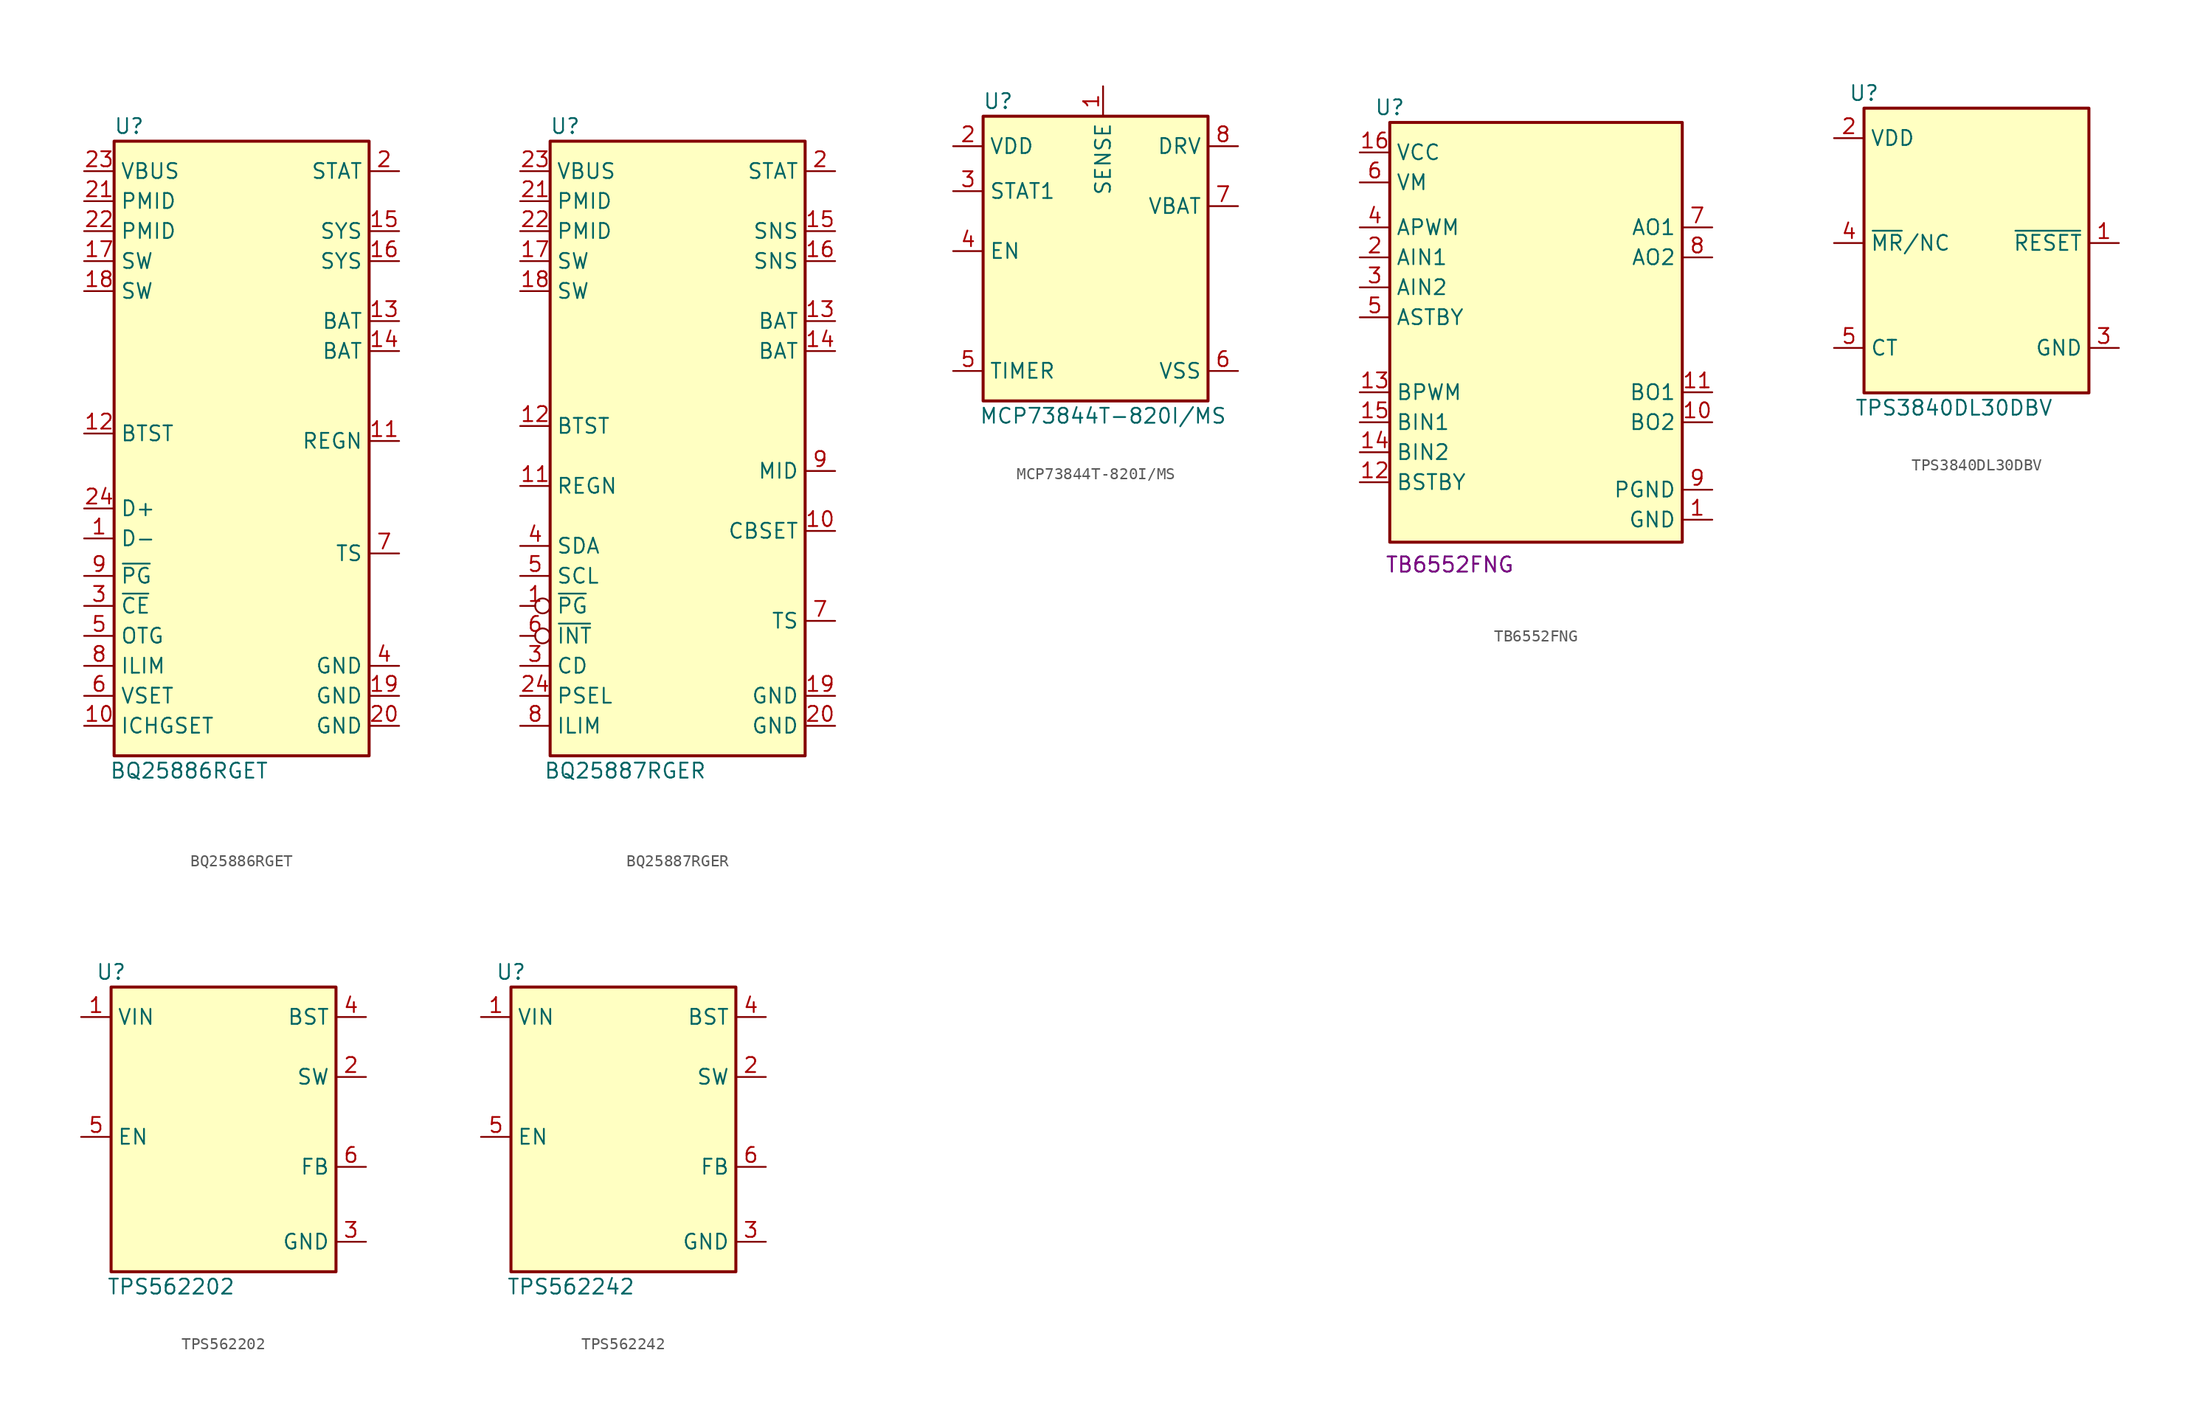
<source format=kicad_sym>
(kicad_symbol_lib
  (version 20220914)
  (generator kicad_symbol_editor)
  (symbol "BQ25886RGET"
    (property "Reference" "U"
      (at 1.27 1.27 0)
      (effects (font (size 1.27 1.27))))
    (property "Value" "BQ25886RGET"
      (at 6.35 -53.34 0)
      (effects (font (size 1.27 1.27))))
    (symbol "BQ25886RGET_1_1"
      (rectangle (start 0 0) (end 21.59 -52.07) (stroke (width 0.254) (type default)) (fill (type background)))
      (pin passive line (at -2.54 -33.655 0) (length 2.54) (name "D-" (effects (font (size 1.27 1.27)))) (number "1" (effects (font (size 1.27 1.27)))))
      (pin passive line (at -2.54 -49.53 0) (length 2.54) (name "ICHGSET" (effects (font (size 1.27 1.27)))) (number "10" (effects (font (size 1.27 1.27)))))
      (pin passive line (at 24.13 -25.4 180) (length 2.54) (name "REGN" (effects (font (size 1.27 1.27)))) (number "11" (effects (font (size 1.27 1.27)))))
      (pin passive line (at -2.54 -24.765 0) (length 2.54) (name "BTST" (effects (font (size 1.27 1.27)))) (number "12" (effects (font (size 1.27 1.27)))))
      (pin passive line (at 24.13 -15.24 180) (length 2.54) (name "BAT" (effects (font (size 1.27 1.27)))) (number "13" (effects (font (size 1.27 1.27)))))
      (pin passive line (at 24.13 -17.78 180) (length 2.54) (name "BAT" (effects (font (size 1.27 1.27)))) (number "14" (effects (font (size 1.27 1.27)))))
      (pin passive line (at 24.13 -7.62 180) (length 2.54) (name "SYS" (effects (font (size 1.27 1.27)))) (number "15" (effects (font (size 1.27 1.27)))))
      (pin passive line (at 24.13 -10.16 180) (length 2.54) (name "SYS" (effects (font (size 1.27 1.27)))) (number "16" (effects (font (size 1.27 1.27)))))
      (pin passive line (at -2.54 -10.16 0) (length 2.54) (name "SW" (effects (font (size 1.27 1.27)))) (number "17" (effects (font (size 1.27 1.27)))))
      (pin passive line (at -2.54 -12.7 0) (length 2.54) (name "SW" (effects (font (size 1.27 1.27)))) (number "18" (effects (font (size 1.27 1.27)))))
      (pin passive line (at 24.13 -46.99 180) (length 2.54) (name "GND" (effects (font (size 1.27 1.27)))) (number "19" (effects (font (size 1.27 1.27)))))
      (pin passive line (at 24.13 -2.54 180) (length 2.54) (name "STAT" (effects (font (size 1.27 1.27)))) (number "2" (effects (font (size 1.27 1.27)))))
      (pin passive line (at 24.13 -49.53 180) (length 2.54) (name "GND" (effects (font (size 1.27 1.27)))) (number "20" (effects (font (size 1.27 1.27)))))
      (pin passive line (at -2.54 -5.08 0) (length 2.54) (name "PMID" (effects (font (size 1.27 1.27)))) (number "21" (effects (font (size 1.27 1.27)))))
      (pin passive line (at -2.54 -7.62 0) (length 2.54) (name "PMID" (effects (font (size 1.27 1.27)))) (number "22" (effects (font (size 1.27 1.27)))))
      (pin power_in line (at -2.54 -2.54 0) (length 2.54) (name "VBUS" (effects (font (size 1.27 1.27)))) (number "23" (effects (font (size 1.27 1.27)))))
      (pin passive line (at -2.54 -31.115 0) (length 2.54) (name "D+" (effects (font (size 1.27 1.27)))) (number "24" (effects (font (size 1.27 1.27)))))
      (pin passive line (at -2.54 -39.37 0) (length 2.54) (name "~{CE}" (effects (font (size 1.27 1.27)))) (number "3" (effects (font (size 1.27 1.27)))))
      (pin passive line (at 24.13 -44.45 180) (length 2.54) (name "GND" (effects (font (size 1.27 1.27)))) (number "4" (effects (font (size 1.27 1.27)))))
      (pin passive line (at -2.54 -41.91 0) (length 2.54) (name "OTG" (effects (font (size 1.27 1.27)))) (number "5" (effects (font (size 1.27 1.27)))))
      (pin passive line (at -2.54 -46.99 0) (length 2.54) (name "VSET" (effects (font (size 1.27 1.27)))) (number "6" (effects (font (size 1.27 1.27)))))
      (pin passive line (at 24.13 -34.925 180) (length 2.54) (name "TS" (effects (font (size 1.27 1.27)))) (number "7" (effects (font (size 1.27 1.27)))))
      (pin passive line (at -2.54 -44.45 0) (length 2.54) (name "ILIM" (effects (font (size 1.27 1.27)))) (number "8" (effects (font (size 1.27 1.27)))))
      (pin passive line (at -2.54 -36.83 0) (length 2.54) (name "~{PG}" (effects (font (size 1.27 1.27)))) (number "9" (effects (font (size 1.27 1.27)))))))
  (symbol "BQ25887RGER"
    (property "Reference" "U"
      (at 1.27 1.27 0)
      (effects (font (size 1.27 1.27))))
    (property "Value" "BQ25887RGER"
      (at 6.35 -53.34 0)
      (effects (font (size 1.27 1.27))))
    (symbol "BQ25887RGER_1_1"
      (rectangle (start 0 0) (end 21.59 -52.07) (stroke (width 0.254) (type default)) (fill (type background)))
      (pin output inverted (at -2.54 -39.37 0) (length 2.54) (name "~{PG}" (effects (font (size 1.27 1.27)))) (number "1" (effects (font (size 1.27 1.27)))))
      (pin passive line (at 24.13 -33.02 180) (length 2.54) (name "CBSET" (effects (font (size 1.27 1.27)))) (number "10" (effects (font (size 1.27 1.27)))))
      (pin passive line (at -2.54 -29.21 0) (length 2.54) (name "REGN" (effects (font (size 1.27 1.27)))) (number "11" (effects (font (size 1.27 1.27)))))
      (pin passive line (at -2.54 -24.13 0) (length 2.54) (name "BTST" (effects (font (size 1.27 1.27)))) (number "12" (effects (font (size 1.27 1.27)))))
      (pin passive line (at 24.13 -15.24 180) (length 2.54) (name "BAT" (effects (font (size 1.27 1.27)))) (number "13" (effects (font (size 1.27 1.27)))))
      (pin passive line (at 24.13 -17.78 180) (length 2.54) (name "BAT" (effects (font (size 1.27 1.27)))) (number "14" (effects (font (size 1.27 1.27)))))
      (pin output line (at 24.13 -7.62 180) (length 2.54) (name "SNS" (effects (font (size 1.27 1.27)))) (number "15" (effects (font (size 1.27 1.27)))))
      (pin output line (at 24.13 -10.16 180) (length 2.54) (name "SNS" (effects (font (size 1.27 1.27)))) (number "16" (effects (font (size 1.27 1.27)))))
      (pin passive line (at -2.54 -10.16 0) (length 2.54) (name "SW" (effects (font (size 1.27 1.27)))) (number "17" (effects (font (size 1.27 1.27)))))
      (pin passive line (at -2.54 -12.7 0) (length 2.54) (name "SW" (effects (font (size 1.27 1.27)))) (number "18" (effects (font (size 1.27 1.27)))))
      (pin passive line (at 24.13 -46.99 180) (length 2.54) (name "GND" (effects (font (size 1.27 1.27)))) (number "19" (effects (font (size 1.27 1.27)))))
      (pin output line (at 24.13 -2.54 180) (length 2.54) (name "STAT" (effects (font (size 1.27 1.27)))) (number "2" (effects (font (size 1.27 1.27)))))
      (pin passive line (at 24.13 -49.53 180) (length 2.54) (name "GND" (effects (font (size 1.27 1.27)))) (number "20" (effects (font (size 1.27 1.27)))))
      (pin passive line (at -2.54 -5.08 0) (length 2.54) (name "PMID" (effects (font (size 1.27 1.27)))) (number "21" (effects (font (size 1.27 1.27)))))
      (pin passive line (at -2.54 -7.62 0) (length 2.54) (name "PMID" (effects (font (size 1.27 1.27)))) (number "22" (effects (font (size 1.27 1.27)))))
      (pin power_in line (at -2.54 -2.54 0) (length 2.54) (name "VBUS" (effects (font (size 1.27 1.27)))) (number "23" (effects (font (size 1.27 1.27)))))
      (pin input line (at -2.54 -46.99 0) (length 2.54) (name "PSEL" (effects (font (size 1.27 1.27)))) (number "24" (effects (font (size 1.27 1.27)))))
      (pin input line (at -2.54 -44.45 0) (length 2.54) (name "CD" (effects (font (size 1.27 1.27)))) (number "3" (effects (font (size 1.27 1.27)))))
      (pin bidirectional line (at -2.54 -34.29 0) (length 2.54) (name "SDA" (effects (font (size 1.27 1.27)))) (number "4" (effects (font (size 1.27 1.27)))))
      (pin input line (at -2.54 -36.83 0) (length 2.54) (name "SCL" (effects (font (size 1.27 1.27)))) (number "5" (effects (font (size 1.27 1.27)))))
      (pin output inverted (at -2.54 -41.91 0) (length 2.54) (name "~{INT}" (effects (font (size 1.27 1.27)))) (number "6" (effects (font (size 1.27 1.27)))))
      (pin input line (at 24.13 -40.64 180) (length 2.54) (name "TS" (effects (font (size 1.27 1.27)))) (number "7" (effects (font (size 1.27 1.27)))))
      (pin input line (at -2.54 -49.53 0) (length 2.54) (name "ILIM" (effects (font (size 1.27 1.27)))) (number "8" (effects (font (size 1.27 1.27)))))
      (pin input line (at 24.13 -27.94 180) (length 2.54) (name "MID" (effects (font (size 1.27 1.27)))) (number "9" (effects (font (size 1.27 1.27)))))))
  (symbol "MCP73844T-820I/MS"
    (property "Reference" "U"
      (at 1.27 1.27 0)
      (effects (font (size 1.27 1.27))))
    (property "Value" "MCP73844T-820I/MS"
      (at 10.16 -25.4 0)
      (effects (font (size 1.27 1.27))))
    (symbol "MCP73844T-820I/MS_1_1"
      (rectangle (start 0 0) (end 19.05 -24.13) (stroke (width 0.254) (type default)) (fill (type background)))
      (pin passive line (at 10.16 2.54 270) (length 2.54) (name "SENSE" (effects (font (size 1.27 1.27)))) (number "1" (effects (font (size 1.27 1.27)))))
      (pin passive line (at -2.54 -2.54 0) (length 2.54) (name "VDD" (effects (font (size 1.27 1.27)))) (number "2" (effects (font (size 1.27 1.27)))))
      (pin passive line (at -2.54 -6.35 0) (length 2.54) (name "STAT1" (effects (font (size 1.27 1.27)))) (number "3" (effects (font (size 1.27 1.27)))))
      (pin passive line (at -2.54 -11.43 0) (length 2.54) (name "EN" (effects (font (size 1.27 1.27)))) (number "4" (effects (font (size 1.27 1.27)))))
      (pin passive line (at -2.54 -21.59 0) (length 2.54) (name "TIMER" (effects (font (size 1.27 1.27)))) (number "5" (effects (font (size 1.27 1.27)))))
      (pin passive line (at 21.59 -21.59 180) (length 2.54) (name "VSS" (effects (font (size 1.27 1.27)))) (number "6" (effects (font (size 1.27 1.27)))))
      (pin passive line (at 21.59 -7.62 180) (length 2.54) (name "VBAT" (effects (font (size 1.27 1.27)))) (number "7" (effects (font (size 1.27 1.27)))))
      (pin passive line (at 21.59 -2.54 180) (length 2.54) (name "DRV" (effects (font (size 1.27 1.27)))) (number "8" (effects (font (size 1.27 1.27)))))))
  (symbol "TB6552FNG"
    (property "Reference" "U"
      (at 0 0 0)
      (effects (font (size 1.27 1.27))))
    (property "Value" "TB6552FNG"
      (at 5.08 -38.735 0)
      (effects (font (size 1.27 1.27))))
    (property "Part number" "TB6552FNG"
      (at 5.08 -38.735 0)
      (effects (font (size 1.27 1.27))))
    (symbol "TB6552FNG_1_1"
      (rectangle (start 0 -1.27) (end 24.765 -36.83) (stroke (width 0.254) (type default)) (fill (type background)))
      (pin power_out line (at 27.305 -34.925 180) (length 2.54) (name "GND" (effects (font (size 1.27 1.27)))) (number "1" (effects (font (size 1.27 1.27)))))
      (pin output line (at 27.305 -26.67 180) (length 2.54) (name "BO2" (effects (font (size 1.27 1.27)))) (number "10" (effects (font (size 1.27 1.27)))))
      (pin output line (at 27.305 -24.13 180) (length 2.54) (name "BO1" (effects (font (size 1.27 1.27)))) (number "11" (effects (font (size 1.27 1.27)))))
      (pin input line (at -2.54 -31.75 0) (length 2.54) (name "BSTBY" (effects (font (size 1.27 1.27)))) (number "12" (effects (font (size 1.27 1.27)))))
      (pin input line (at -2.54 -24.13 0) (length 2.54) (name "BPWM" (effects (font (size 1.27 1.27)))) (number "13" (effects (font (size 1.27 1.27)))))
      (pin input line (at -2.54 -29.21 0) (length 2.54) (name "BIN2" (effects (font (size 1.27 1.27)))) (number "14" (effects (font (size 1.27 1.27)))))
      (pin input line (at -2.54 -26.67 0) (length 2.54) (name "BIN1" (effects (font (size 1.27 1.27)))) (number "15" (effects (font (size 1.27 1.27)))))
      (pin power_in line (at -2.54 -3.81 0) (length 2.54) (name "VCC" (effects (font (size 1.27 1.27)))) (number "16" (effects (font (size 1.27 1.27)))))
      (pin input line (at -2.54 -12.7 0) (length 2.54) (name "AIN1" (effects (font (size 1.27 1.27)))) (number "2" (effects (font (size 1.27 1.27)))))
      (pin input line (at -2.54 -15.24 0) (length 2.54) (name "AIN2" (effects (font (size 1.27 1.27)))) (number "3" (effects (font (size 1.27 1.27)))))
      (pin input line (at -2.54 -10.16 0) (length 2.54) (name "APWM" (effects (font (size 1.27 1.27)))) (number "4" (effects (font (size 1.27 1.27)))))
      (pin input line (at -2.54 -17.78 0) (length 2.54) (name "ASTBY" (effects (font (size 1.27 1.27)))) (number "5" (effects (font (size 1.27 1.27)))))
      (pin power_in line (at -2.54 -6.35 0) (length 2.54) (name "VM" (effects (font (size 1.27 1.27)))) (number "6" (effects (font (size 1.27 1.27)))))
      (pin output line (at 27.305 -10.16 180) (length 2.54) (name "AO1" (effects (font (size 1.27 1.27)))) (number "7" (effects (font (size 1.27 1.27)))))
      (pin output line (at 27.305 -12.7 180) (length 2.54) (name "AO2" (effects (font (size 1.27 1.27)))) (number "8" (effects (font (size 1.27 1.27)))))
      (pin power_out line (at 27.305 -32.385 180) (length 2.54) (name "PGND" (effects (font (size 1.27 1.27)))) (number "9" (effects (font (size 1.27 1.27)))))))
  (symbol "TPS3840DL30DBV"
    (property "Reference" "U"
      (at 2.54 0 0)
      (effects (font (size 1.27 1.27))))
    (property "Value" "TPS3840DL30DBV"
      (at 10.16 -26.67 0)
      (effects (font (size 1.27 1.27))))
    (symbol "TPS3840DL30DBV_1_1"
      (rectangle (start 2.54 -1.27) (end 21.59 -25.4) (stroke (width 0.254) (type default)) (fill (type background)))
      (pin output line (at 24.13 -12.7 180) (length 2.54) (name "~{RESET}" (effects (font (size 1.27 1.27)))) (number "1" (effects (font (size 1.27 1.27)))))
      (pin power_in line (at 0 -3.81 0) (length 2.54) (name "VDD" (effects (font (size 1.27 1.27)))) (number "2" (effects (font (size 1.27 1.27)))))
      (pin power_out line (at 24.13 -21.59 180) (length 2.54) (name "GND" (effects (font (size 1.27 1.27)))) (number "3" (effects (font (size 1.27 1.27)))))
      (pin input line (at 0 -12.7 0) (length 2.54) (name "~{MR}/NC" (effects (font (size 1.27 1.27)))) (number "4" (effects (font (size 1.27 1.27)))))
      (pin passive line (at 0 -21.59 0) (length 2.54) (name "CT" (effects (font (size 1.27 1.27)))) (number "5" (effects (font (size 1.27 1.27)))))))
  (symbol "TPS562202"
    (property "Reference" "U"
      (at 0 0 0)
      (effects (font (size 1.27 1.27))))
    (property "Value" "TPS562202"
      (at 5.08 -26.67 0)
      (effects (font (size 1.27 1.27))))
    (symbol "TPS562202_1_1"
      (rectangle (start 0 -1.27) (end 19.05 -25.4) (stroke (width 0.254) (type default)) (fill (type background)))
      (pin power_in line (at -2.54 -3.81 0) (length 2.54) (name "VIN" (effects (font (size 1.27 1.27)))) (number "1" (effects (font (size 1.27 1.27)))))
      (pin output line (at 21.59 -8.89 180) (length 2.54) (name "SW" (effects (font (size 1.27 1.27)))) (number "2" (effects (font (size 1.27 1.27)))))
      (pin power_out line (at 21.59 -22.86 180) (length 2.54) (name "GND" (effects (font (size 1.27 1.27)))) (number "3" (effects (font (size 1.27 1.27)))))
      (pin passive line (at 21.59 -3.81 180) (length 2.54) (name "BST" (effects (font (size 1.27 1.27)))) (number "4" (effects (font (size 1.27 1.27)))))
      (pin input line (at -2.54 -13.97 0) (length 2.54) (name "EN" (effects (font (size 1.27 1.27)))) (number "5" (effects (font (size 1.27 1.27)))))
      (pin input line (at 21.59 -16.51 180) (length 2.54) (name "FB" (effects (font (size 1.27 1.27)))) (number "6" (effects (font (size 1.27 1.27)))))))
  (symbol "TPS562242"
    (property "Reference" "U"
      (at 0 0 0)
      (effects (font (size 1.27 1.27))))
    (property "Value" "TPS562242"
      (at 5.08 -26.67 0)
      (effects (font (size 1.27 1.27))))
    (symbol "TPS562242_1_1"
      (rectangle (start 0 -1.27) (end 19.05 -25.4) (stroke (width 0.254) (type default)) (fill (type background)))
      (pin power_in line (at -2.54 -3.81 0) (length 2.54) (name "VIN" (effects (font (size 1.27 1.27)))) (number "1" (effects (font (size 1.27 1.27)))))
      (pin output line (at 21.59 -8.89 180) (length 2.54) (name "SW" (effects (font (size 1.27 1.27)))) (number "2" (effects (font (size 1.27 1.27)))))
      (pin power_out line (at 21.59 -22.86 180) (length 2.54) (name "GND" (effects (font (size 1.27 1.27)))) (number "3" (effects (font (size 1.27 1.27)))))
      (pin passive line (at 21.59 -3.81 180) (length 2.54) (name "BST" (effects (font (size 1.27 1.27)))) (number "4" (effects (font (size 1.27 1.27)))))
      (pin input line (at -2.54 -13.97 0) (length 2.54) (name "EN" (effects (font (size 1.27 1.27)))) (number "5" (effects (font (size 1.27 1.27)))))
      (pin input line (at 21.59 -16.51 180) (length 2.54) (name "FB" (effects (font (size 1.27 1.27)))) (number "6" (effects (font (size 1.27 1.27))))))))
</source>
